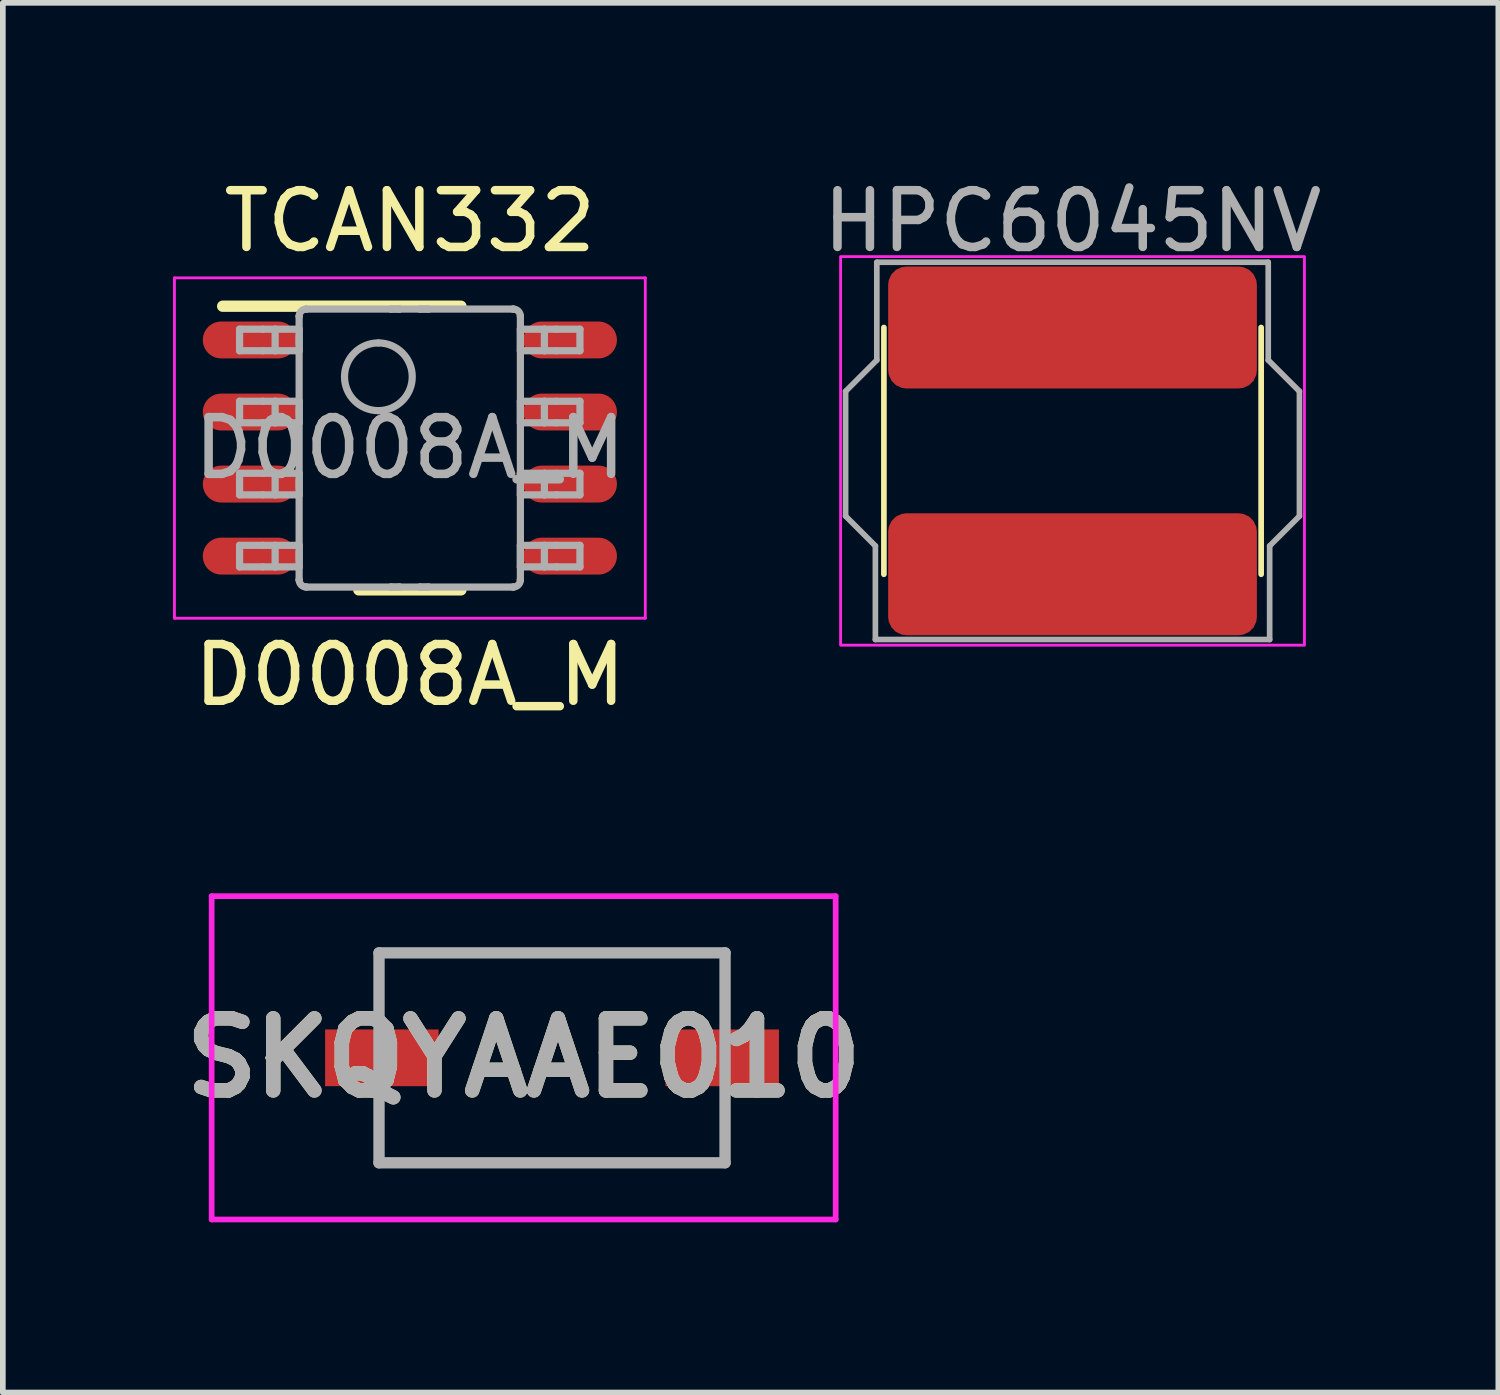
<source format=kicad_pcb>
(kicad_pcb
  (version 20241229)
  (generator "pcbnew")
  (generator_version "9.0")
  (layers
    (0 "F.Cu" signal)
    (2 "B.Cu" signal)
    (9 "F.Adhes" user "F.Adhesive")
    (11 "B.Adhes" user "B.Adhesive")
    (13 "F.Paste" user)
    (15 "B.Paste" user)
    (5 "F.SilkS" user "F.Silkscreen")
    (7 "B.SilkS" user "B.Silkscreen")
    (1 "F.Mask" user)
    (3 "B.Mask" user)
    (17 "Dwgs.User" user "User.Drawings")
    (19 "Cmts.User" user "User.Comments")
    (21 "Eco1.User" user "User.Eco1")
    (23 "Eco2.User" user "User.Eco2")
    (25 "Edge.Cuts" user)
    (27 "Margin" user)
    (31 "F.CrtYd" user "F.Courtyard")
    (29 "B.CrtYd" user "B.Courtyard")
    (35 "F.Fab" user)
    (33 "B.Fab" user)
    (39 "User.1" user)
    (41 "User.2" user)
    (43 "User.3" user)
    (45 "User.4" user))
  (footprint "D0008A_M"
    (layer "F.Cu")
    (at 4.175 4.848)
    (property "Reference" "D0008A_M" (at 0 4 0) (unlocked yes) (layer "F.SilkS") (effects (font (size 1 1) (thickness 0.15))))
    (attr smd)
    (fp_line (start -3.3 -2.5) (end 0.9 -2.5) (stroke (width 0.2) (type solid)) (layer "F.SilkS"))
    (fp_line (start -0.9 2.5) (end 0.9 2.5) (stroke (width 0.2) (type solid)) (layer "F.SilkS"))
    (fp_line (start -4.15 -3) (end 4.15 -3) (stroke (width 0.05) (type solid)) (layer "F.CrtYd"))
    (fp_line (start -4.15 3) (end -4.15 -3) (stroke (width 0.05) (type solid)) (layer "F.CrtYd"))
    (fp_line (start -4.15 3) (end 4.15 3) (stroke (width 0.05) (type solid)) (layer "F.CrtYd"))
    (fp_line (start 4.15 3) (end 4.15 -3) (stroke (width 0.05) (type solid)) (layer "F.CrtYd"))
    (fp_line (start -3.002 -2.095) (end -2.589 -2.095) (stroke (width 0.127) (type solid)) (layer "F.Fab"))
    (fp_line (start -3.002 -1.715) (end -3.002 -2.095) (stroke (width 0.127) (type solid)) (layer "F.Fab"))
    (fp_line (start -3.002 -1.715) (end -2.589 -1.715) (stroke (width 0.127) (type solid)) (layer "F.Fab"))
    (fp_line (start -3.002 -0.825) (end -2.589 -0.825) (stroke (width 0.127) (type solid)) (layer "F.Fab"))
    (fp_line (start -3.002 -0.445) (end -3.002 -0.825) (stroke (width 0.127) (type solid)) (layer "F.Fab"))
    (fp_line (start -3.002 -0.445) (end -2.589 -0.445) (stroke (width 0.127) (type solid)) (layer "F.Fab"))
    (fp_line (start -3.002 0.445) (end -2.589 0.445) (stroke (width 0.127) (type solid)) (layer "F.Fab"))
    (fp_line (start -3.002 0.825) (end -3.002 0.445) (stroke (width 0.127) (type solid)) (layer "F.Fab"))
    (fp_line (start -3.002 0.825) (end -2.589 0.825) (stroke (width 0.127) (type solid)) (layer "F.Fab"))
    (fp_line (start -3.002 1.715) (end -2.589 1.715) (stroke (width 0.127) (type solid)) (layer "F.Fab"))
    (fp_line (start -3.002 2.095) (end -3.002 1.715) (stroke (width 0.127) (type solid)) (layer "F.Fab"))
    (fp_line (start -3.002 2.095) (end -2.589 2.095) (stroke (width 0.127) (type solid)) (layer "F.Fab"))
    (fp_line (start -2.589 -2.095) (end -2.375 -2.095) (stroke (width 0.127) (type solid)) (layer "F.Fab"))
    (fp_line (start -2.589 -1.715) (end -2.375 -1.715) (stroke (width 0.127) (type solid)) (layer "F.Fab"))
    (fp_line (start -2.589 -0.825) (end -2.375 -0.825) (stroke (width 0.127) (type solid)) (layer "F.Fab"))
    (fp_line (start -2.589 -0.445) (end -2.375 -0.445) (stroke (width 0.127) (type solid)) (layer "F.Fab"))
    (fp_line (start -2.589 0.445) (end -2.375 0.445) (stroke (width 0.127) (type solid)) (layer "F.Fab"))
    (fp_line (start -2.589 0.825) (end -2.375 0.825) (stroke (width 0.127) (type solid)) (layer "F.Fab"))
    (fp_line (start -2.589 1.715) (end -2.375 1.715) (stroke (width 0.127) (type solid)) (layer "F.Fab"))
    (fp_line (start -2.589 2.095) (end -2.375 2.095) (stroke (width 0.127) (type solid)) (layer "F.Fab"))
    (fp_line (start -2.375 -2.095) (end -1.995 -2.095) (stroke (width 0.127) (type solid)) (layer "F.Fab"))
    (fp_line (start -2.375 -1.715) (end -2.375 -2.095) (stroke (width 0.127) (type solid)) (layer "F.Fab"))
    (fp_line (start -2.375 -1.715) (end -1.995 -1.715) (stroke (width 0.127) (type solid)) (layer "F.Fab"))
    (fp_line (start -2.375 -0.825) (end -1.995 -0.825) (stroke (width 0.127) (type solid)) (layer "F.Fab"))
    (fp_line (start -2.375 -0.445) (end -2.375 -0.825) (stroke (width 0.127) (type solid)) (layer "F.Fab"))
    (fp_line (start -2.375 -0.445) (end -1.995 -0.445) (stroke (width 0.127) (type solid)) (layer "F.Fab"))
    (fp_line (start -2.375 0.445) (end -1.995 0.445) (stroke (width 0.127) (type solid)) (layer "F.Fab"))
    (fp_line (start -2.375 0.825) (end -2.375 0.445) (stroke (width 0.127) (type solid)) (layer "F.Fab"))
    (fp_line (start -2.375 0.825) (end -1.995 0.825) (stroke (width 0.127) (type solid)) (layer "F.Fab"))
    (fp_line (start -2.375 1.715) (end -1.995 1.715) (stroke (width 0.127) (type solid)) (layer "F.Fab"))
    (fp_line (start -2.375 2.095) (end -2.375 1.715) (stroke (width 0.127) (type solid)) (layer "F.Fab"))
    (fp_line (start -2.375 2.095) (end -1.995 2.095) (stroke (width 0.127) (type solid)) (layer "F.Fab"))
    (fp_line (start -1.995 -2.095) (end -1.952 -2.095) (stroke (width 0.127) (type solid)) (layer "F.Fab"))
    (fp_line (start -1.995 -1.715) (end -1.952 -1.715) (stroke (width 0.127) (type solid)) (layer "F.Fab"))
    (fp_line (start -1.995 -0.825) (end -1.952 -0.825) (stroke (width 0.127) (type solid)) (layer "F.Fab"))
    (fp_line (start -1.995 -0.445) (end -1.952 -0.445) (stroke (width 0.127) (type solid)) (layer "F.Fab"))
    (fp_line (start -1.995 0.445) (end -1.952 0.445) (stroke (width 0.127) (type solid)) (layer "F.Fab"))
    (fp_line (start -1.995 0.825) (end -1.952 0.825) (stroke (width 0.127) (type solid)) (layer "F.Fab"))
    (fp_line (start -1.995 1.715) (end -1.952 1.715) (stroke (width 0.127) (type solid)) (layer "F.Fab"))
    (fp_line (start -1.995 2.095) (end -1.952 2.095) (stroke (width 0.127) (type solid)) (layer "F.Fab"))
    (fp_line (start -1.952 -2.323) (end -1.952 -2.324) (stroke (width 0.127) (type solid)) (layer "F.Fab"))
    (fp_line (start -1.952 -1.715) (end -1.952 -2.095) (stroke (width 0.127) (type solid)) (layer "F.Fab"))
    (fp_line (start -1.952 -0.445) (end -1.952 -0.825) (stroke (width 0.127) (type solid)) (layer "F.Fab"))
    (fp_line (start -1.952 0.825) (end -1.952 0.445) (stroke (width 0.127) (type solid)) (layer "F.Fab"))
    (fp_line (start -1.952 2.095) (end -1.952 1.715) (stroke (width 0.127) (type solid)) (layer "F.Fab"))
    (fp_line (start -1.952 2.323) (end -1.952 -2.323) (stroke (width 0.127) (type solid)) (layer "F.Fab"))
    (fp_line (start -1.952 2.324) (end -1.952 2.323) (stroke (width 0.127) (type solid)) (layer "F.Fab"))
    (fp_line (start -1.826 -2.45) (end -1.825 -2.45) (stroke (width 0.127) (type solid)) (layer "F.Fab"))
    (fp_line (start -1.826 2.45) (end -1.825 2.45) (stroke (width 0.127) (type solid)) (layer "F.Fab"))
    (fp_line (start -1.825 -2.45) (end -0.332 -2.45) (stroke (width 0.127) (type solid)) (layer "F.Fab"))
    (fp_line (start -1.825 2.45) (end -0.332 2.45) (stroke (width 0.127) (type solid)) (layer "F.Fab"))
    (fp_line (start -0.332 -2.45) (end -0.182 -2.45) (stroke (width 0.127) (type solid)) (layer "F.Fab"))
    (fp_line (start -0.332 -2.45) (end -0.182 -2.45) (stroke (width 0.127) (type solid)) (layer "F.Fab"))
    (fp_line (start -0.332 2.45) (end -0.182 2.45) (stroke (width 0.127) (type solid)) (layer "F.Fab"))
    (fp_line (start -0.332 2.45) (end -0.182 2.45) (stroke (width 0.127) (type solid)) (layer "F.Fab"))
    (fp_line (start -0.182 -2.45) (end 0.178 -2.45) (stroke (width 0.127) (type solid)) (layer "F.Fab"))
    (fp_line (start -0.182 2.45) (end 0.178 2.45) (stroke (width 0.127) (type solid)) (layer "F.Fab"))
    (fp_line (start 0.178 -2.45) (end 0.328 -2.45) (stroke (width 0.127) (type solid)) (layer "F.Fab"))
    (fp_line (start 0.178 -2.45) (end 0.328 -2.45) (stroke (width 0.127) (type solid)) (layer "F.Fab"))
    (fp_line (start 0.178 2.45) (end 0.328 2.45) (stroke (width 0.127) (type solid)) (layer "F.Fab"))
    (fp_line (start 0.178 2.45) (end 0.328 2.45) (stroke (width 0.127) (type solid)) (layer "F.Fab"))
    (fp_line (start 0.328 -2.45) (end 1.821 -2.45) (stroke (width 0.127) (type solid)) (layer "F.Fab"))
    (fp_line (start 0.328 2.45) (end 1.821 2.45) (stroke (width 0.127) (type solid)) (layer "F.Fab"))
    (fp_line (start 1.821 -2.45) (end 1.822 -2.45) (stroke (width 0.127) (type solid)) (layer "F.Fab"))
    (fp_line (start 1.821 2.45) (end 1.822 2.45) (stroke (width 0.127) (type solid)) (layer "F.Fab"))
    (fp_line (start 1.948 -2.323) (end 1.948 -2.324) (stroke (width 0.127) (type solid)) (layer "F.Fab"))
    (fp_line (start 1.948 -2.095) (end 1.991 -2.095) (stroke (width 0.127) (type solid)) (layer "F.Fab"))
    (fp_line (start 1.948 -1.715) (end 1.948 -2.095) (stroke (width 0.127) (type solid)) (layer "F.Fab"))
    (fp_line (start 1.948 -1.715) (end 1.991 -1.715) (stroke (width 0.127) (type solid)) (layer "F.Fab"))
    (fp_line (start 1.948 -0.825) (end 1.991 -0.825) (stroke (width 0.127) (type solid)) (layer "F.Fab"))
    (fp_line (start 1.948 -0.445) (end 1.948 -0.825) (stroke (width 0.127) (type solid)) (layer "F.Fab"))
    (fp_line (start 1.948 -0.445) (end 1.991 -0.445) (stroke (width 0.127) (type solid)) (layer "F.Fab"))
    (fp_line (start 1.948 0.445) (end 1.991 0.445) (stroke (width 0.127) (type solid)) (layer "F.Fab"))
    (fp_line (start 1.948 0.825) (end 1.948 0.445) (stroke (width 0.127) (type solid)) (layer "F.Fab"))
    (fp_line (start 1.948 0.825) (end 1.991 0.825) (stroke (width 0.127) (type solid)) (layer "F.Fab"))
    (fp_line (start 1.948 1.715) (end 1.991 1.715) (stroke (width 0.127) (type solid)) (layer "F.Fab"))
    (fp_line (start 1.948 2.095) (end 1.948 1.715) (stroke (width 0.127) (type solid)) (layer "F.Fab"))
    (fp_line (start 1.948 2.095) (end 1.991 2.095) (stroke (width 0.127) (type solid)) (layer "F.Fab"))
    (fp_line (start 1.948 2.323) (end 1.948 -2.323) (stroke (width 0.127) (type solid)) (layer "F.Fab"))
    (fp_line (start 1.948 2.324) (end 1.948 2.323) (stroke (width 0.127) (type solid)) (layer "F.Fab"))
    (fp_line (start 1.991 -2.095) (end 2.371 -2.095) (stroke (width 0.127) (type solid)) (layer "F.Fab"))
    (fp_line (start 1.991 -1.715) (end 2.371 -1.715) (stroke (width 0.127) (type solid)) (layer "F.Fab"))
    (fp_line (start 1.991 -0.825) (end 2.371 -0.825) (stroke (width 0.127) (type solid)) (layer "F.Fab"))
    (fp_line (start 1.991 -0.445) (end 2.371 -0.445) (stroke (width 0.127) (type solid)) (layer "F.Fab"))
    (fp_line (start 1.991 0.445) (end 2.371 0.445) (stroke (width 0.127) (type solid)) (layer "F.Fab"))
    (fp_line (start 1.991 0.825) (end 2.371 0.825) (stroke (width 0.127) (type solid)) (layer "F.Fab"))
    (fp_line (start 1.991 1.715) (end 2.371 1.715) (stroke (width 0.127) (type solid)) (layer "F.Fab"))
    (fp_line (start 1.991 2.095) (end 2.371 2.095) (stroke (width 0.127) (type solid)) (layer "F.Fab"))
    (fp_line (start 2.371 -2.095) (end 2.585 -2.095) (stroke (width 0.127) (type solid)) (layer "F.Fab"))
    (fp_line (start 2.371 -1.715) (end 2.371 -2.095) (stroke (width 0.127) (type solid)) (layer "F.Fab"))
    (fp_line (start 2.371 -1.715) (end 2.585 -1.715) (stroke (width 0.127) (type solid)) (layer "F.Fab"))
    (fp_line (start 2.371 -0.825) (end 2.585 -0.825) (stroke (width 0.127) (type solid)) (layer "F.Fab"))
    (fp_line (start 2.371 -0.445) (end 2.371 -0.825) (stroke (width 0.127) (type solid)) (layer "F.Fab"))
    (fp_line (start 2.371 -0.445) (end 2.585 -0.445) (stroke (width 0.127) (type solid)) (layer "F.Fab"))
    (fp_line (start 2.371 0.445) (end 2.585 0.445) (stroke (width 0.127) (type solid)) (layer "F.Fab"))
    (fp_line (start 2.371 0.825) (end 2.371 0.445) (stroke (width 0.127) (type solid)) (layer "F.Fab"))
    (fp_line (start 2.371 0.825) (end 2.585 0.825) (stroke (width 0.127) (type solid)) (layer "F.Fab"))
    (fp_line (start 2.371 1.715) (end 2.585 1.715) (stroke (width 0.127) (type solid)) (layer "F.Fab"))
    (fp_line (start 2.371 2.095) (end 2.371 1.715) (stroke (width 0.127) (type solid)) (layer "F.Fab"))
    (fp_line (start 2.371 2.095) (end 2.585 2.095) (stroke (width 0.127) (type solid)) (layer "F.Fab"))
    (fp_line (start 2.585 -2.095) (end 2.998 -2.095) (stroke (width 0.127) (type solid)) (layer "F.Fab"))
    (fp_line (start 2.585 -1.715) (end 2.998 -1.715) (stroke (width 0.127) (type solid)) (layer "F.Fab"))
    (fp_line (start 2.585 -0.825) (end 2.998 -0.825) (stroke (width 0.127) (type solid)) (layer "F.Fab"))
    (fp_line (start 2.585 -0.445) (end 2.998 -0.445) (stroke (width 0.127) (type solid)) (layer "F.Fab"))
    (fp_line (start 2.585 0.445) (end 2.998 0.445) (stroke (width 0.127) (type solid)) (layer "F.Fab"))
    (fp_line (start 2.585 0.825) (end 2.998 0.825) (stroke (width 0.127) (type solid)) (layer "F.Fab"))
    (fp_line (start 2.585 1.715) (end 2.998 1.715) (stroke (width 0.127) (type solid)) (layer "F.Fab"))
    (fp_line (start 2.585 2.095) (end 2.998 2.095) (stroke (width 0.127) (type solid)) (layer "F.Fab"))
    (fp_line (start 2.998 -1.715) (end 2.998 -2.095) (stroke (width 0.127) (type solid)) (layer "F.Fab"))
    (fp_line (start 2.998 -0.445) (end 2.998 -0.825) (stroke (width 0.127) (type solid)) (layer "F.Fab"))
    (fp_line (start 2.998 0.825) (end 2.998 0.445) (stroke (width 0.127) (type solid)) (layer "F.Fab"))
    (fp_line (start 2.998 2.095) (end 2.998 1.715) (stroke (width 0.127) (type solid)) (layer "F.Fab"))
    (fp_arc (start -1.952002 -2.323941) (mid -1.914806 -2.412806) (end -1.825941 -2.450002) (stroke (width 0.127) (type solid)) (layer "F.Fab"))
    (fp_arc (start -1.825941 2.449992) (mid -1.914806 2.412795) (end -1.952002 2.323931) (stroke (width 0.127) (type solid)) (layer "F.Fab"))
    (fp_arc (start -0.555 -1.8531) (mid 0.0419 -1.2562) (end -0.555 -0.6593) (stroke (width 0.127) (type solid)) (layer "F.Fab"))
    (fp_arc (start -0.555 -0.6593) (mid -1.1519 -1.2562) (end -0.555 -1.8531) (stroke (width 0.127) (type solid)) (layer "F.Fab"))
    (fp_arc (start 1.821933 -2.450002) (mid 1.910797 -2.412806) (end 1.947994 -2.323941) (stroke (width 0.127) (type solid)) (layer "F.Fab"))
    (fp_arc (start 1.947994 2.323931) (mid 1.910797 2.412795) (end 1.821933 2.449992) (stroke (width 0.127) (type solid)) (layer "F.Fab"))
    (fp_text user "TCAN332" (at 0 -4 0) (unlocked yes) (layer "F.SilkS") (effects (font (size 1 1) (thickness 0.15))))
    (fp_text user "${REFERENCE}" (at 0 0 0) (unlocked yes) (layer "F.Fab") (effects (font (size 1 1) (thickness 0.15))))
    (pad "1" smd oval (at -2.825 -1.905 90) (size 0.65 1.65) (layers "F.Cu" "F.Mask" "F.Paste"))
    (pad "2" smd oval (at -2.825 -0.635 90) (size 0.65 1.65) (layers "F.Cu" "F.Mask" "F.Paste"))
    (pad "3" smd oval (at -2.825 0.635 90) (size 0.65 1.65) (layers "F.Cu" "F.Mask" "F.Paste"))
    (pad "4" smd oval (at -2.825 1.905 90) (size 0.65 1.65) (layers "F.Cu" "F.Mask" "F.Paste"))
    (pad "5" smd oval (at 2.825 1.905 90) (size 0.65 1.65) (layers "F.Cu" "F.Mask" "F.Paste"))
    (pad "6" smd oval (at 2.825 0.635 90) (size 0.65 1.65) (layers "F.Cu" "F.Mask" "F.Paste"))
    (pad "7" smd oval (at 2.825 -0.635 90) (size 0.65 1.65) (layers "F.Cu" "F.Mask" "F.Paste"))
    (pad "8" smd oval (at 2.825 -1.905 90) (size 0.65 1.65) (layers "F.Cu" "F.Mask" "F.Paste")))
  (footprint "HPC6045NV"
    (layer "F.Cu")
    (at 15.856 4.898)
    (property "Reference" "HPC6045NV" (at 0 -4.05 0) (unlocked yes) (layer "F.SilkS") (effects (font (size 1 1) (thickness 0.1))))
    (attr through_hole)
    (fp_line (start -3.325 2.175) (end -3.325 -2.175) (stroke (width 0.1) (type default)) (layer "F.SilkS"))
    (fp_line (start 3.325 2.175) (end 3.325 -2.175) (stroke (width 0.1) (type default)) (layer "F.SilkS"))
    (fp_rect (start -4.088 -3.425) (end 4.088 3.425) (stroke (width 0.05) (type default)) (fill no) (layer "F.CrtYd"))
    (fp_line (start -4 -1.05) (end -4 1.15) (stroke (width 0.1) (type default)) (layer "F.Fab"))
    (fp_line (start -4 1.15) (end -3.475 1.675) (stroke (width 0.1) (type default)) (layer "F.Fab"))
    (fp_line (start -3.475 1.675) (end -3.475 3.325) (stroke (width 0.1) (type default)) (layer "F.Fab"))
    (fp_line (start -3.475 3.325) (end 3.475 3.325) (stroke (width 0.1) (type default)) (layer "F.Fab"))
    (fp_line (start -3.45 -3.325) (end -3.45 -1.6) (stroke (width 0.1) (type solid)) (layer "F.Fab"))
    (fp_line (start -3.45 -1.6) (end -4 -1.05) (stroke (width 0.1) (type default)) (layer "F.Fab"))
    (fp_line (start 3.45 -3.325) (end -3.45 -3.325) (stroke (width 0.1) (type default)) (layer "F.Fab"))
    (fp_line (start 3.45 -1.6) (end 3.45 -3.325) (stroke (width 0.1) (type default)) (layer "F.Fab"))
    (fp_line (start 3.475 1.675) (end 4 1.15) (stroke (width 0.1) (type default)) (layer "F.Fab"))
    (fp_line (start 3.475 3.325) (end 3.475 1.675) (stroke (width 0.1) (type default)) (layer "F.Fab"))
    (fp_line (start 4 -1.05) (end 3.45 -1.6) (stroke (width 0.1) (type default)) (layer "F.Fab"))
    (fp_line (start 4 1.15) (end 4 -1.05) (stroke (width 0.1) (type default)) (layer "F.Fab"))
    (fp_text user "${REFERENCE}" (at 0 -4.05 0) (unlocked yes) (layer "F.Fab") (effects (font (size 1 1) (thickness 0.15))))
    (pad "1" smd roundrect (at 0 -2.175) (size 6.5 2.15) (layers "F.Cu" "F.Mask" "F.Paste") (roundrect_rratio 0.15))
    (pad "2" smd roundrect (at 0 2.175) (size 6.5 2.15) (layers "F.Cu" "F.Mask" "F.Paste") (roundrect_rratio 0.15)))
  (footprint "SKQYAAE010"
    (layer "F.Cu")
    (at 6.681 15.597)
    (property "Reference" "SKQYAAE010" (at -0.5 0 0) (layer "F.SilkS") (effects (font (size 1.27 1.27) (thickness 0.254))))
    (attr smd)
    (fp_line (start -5 0) (end -5 0) (stroke (width 0.1) (type solid)) (layer "F.SilkS"))
    (fp_line (start -4.9 0) (end -4.9 0) (stroke (width 0.1) (type solid)) (layer "F.SilkS"))
    (fp_line (start -3.05 -1.85) (end 3.05 -1.85) (stroke (width 0.1) (type solid)) (layer "F.SilkS"))
    (fp_line (start -3.05 -0.8) (end -3.05 -1.85) (stroke (width 0.1) (type solid)) (layer "F.SilkS"))
    (fp_line (start -3.05 0.8) (end -3.05 1.85) (stroke (width 0.1) (type solid)) (layer "F.SilkS"))
    (fp_line (start -3.05 1.85) (end 3.05 1.85) (stroke (width 0.1) (type solid)) (layer "F.SilkS"))
    (fp_line (start 3.05 -1.85) (end 3.05 -0.8) (stroke (width 0.1) (type solid)) (layer "F.SilkS"))
    (fp_line (start 3.05 1.85) (end 3.05 0.8) (stroke (width 0.1) (type solid)) (layer "F.SilkS"))
    (fp_arc (start -5 0) (mid -4.95 -0.05) (end -4.9 0) (stroke (width 0.1) (type solid)) (layer "F.SilkS"))
    (fp_arc (start -4.9 0) (mid -4.95 0.05) (end -5 0) (stroke (width 0.1) (type solid)) (layer "F.SilkS"))
    (fp_line (start -6 -2.85) (end 5 -2.85) (stroke (width 0.1) (type solid)) (layer "F.CrtYd"))
    (fp_line (start -6 2.85) (end -6 -2.85) (stroke (width 0.1) (type solid)) (layer "F.CrtYd"))
    (fp_line (start 5 -2.85) (end 5 2.85) (stroke (width 0.1) (type solid)) (layer "F.CrtYd"))
    (fp_line (start 5 2.85) (end -6 2.85) (stroke (width 0.1) (type solid)) (layer "F.CrtYd"))
    (fp_line (start -3.05 -1.85) (end 3.05 -1.85) (stroke (width 0.2) (type solid)) (layer "F.Fab"))
    (fp_line (start -3.05 1.85) (end -3.05 -1.85) (stroke (width 0.2) (type solid)) (layer "F.Fab"))
    (fp_line (start 3.05 -1.85) (end 3.05 1.85) (stroke (width 0.2) (type solid)) (layer "F.Fab"))
    (fp_line (start 3.05 1.85) (end -3.05 1.85) (stroke (width 0.2) (type solid)) (layer "F.Fab"))
    (fp_text user "${REFERENCE}" (at -0.5 0 0) (layer "F.Fab") (effects (font (size 1.27 1.27) (thickness 0.254))))
    (pad "1" smd rect (at -3 0 90) (size 1 2) (layers "F.Cu" "F.Mask" "F.Paste"))
    (pad "2" smd rect (at 3 0 90) (size 1 2) (layers "F.Cu" "F.Mask" "F.Paste")))
  (gr_rect
    (start -3 -3)
    (end 23.362 21.497)
    (stroke (width 0.1) (type default))
    (fill no)
    (layer "Edge.Cuts")))
</source>
